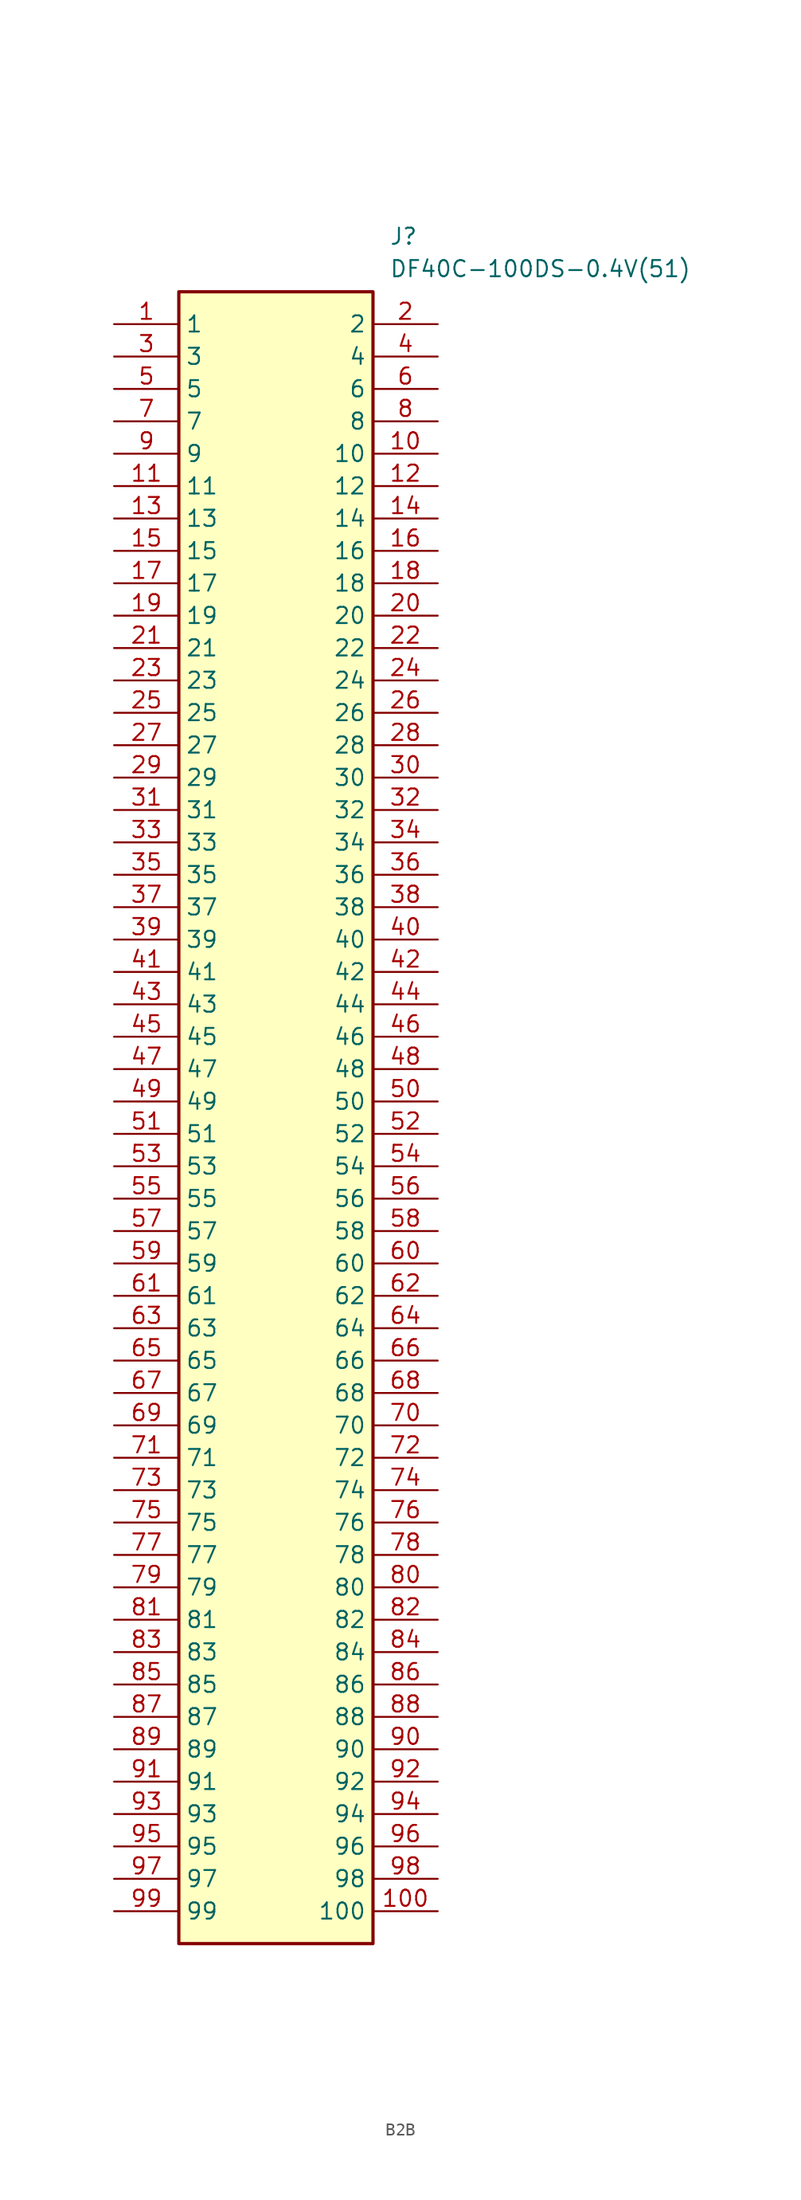
<source format=kicad_sym>
(kicad_symbol_lib
  (version 20241209)
  (generator "kicad_symbol_editor")
  (generator_version "9.0")
  (symbol "B2B"
    (property "Reference" "J"
      (at 21.59 7.62 0)
      (effects (font (size 1.27 1.27)) (justify left top)))
    (property "Value" "DF40C-100DS-0.4V(51)"
      (at 21.59 5.08 0)
      (effects (font (size 1.27 1.27)) (justify left top)))
    (symbol "B2B_1_1"
      (rectangle (start 5.08 2.54) (end 20.32 -127) (stroke (width 0.254) (type default)) (fill (type background)))
      (pin passive line (at 0 0 0) (length 5.08) (name "1" (effects (font (size 1.27 1.27)))) (number "1" (effects (font (size 1.27 1.27)))))
      (pin passive line (at 0 -2.54 0) (length 5.08) (name "3" (effects (font (size 1.27 1.27)))) (number "3" (effects (font (size 1.27 1.27)))))
      (pin passive line (at 0 -5.08 0) (length 5.08) (name "5" (effects (font (size 1.27 1.27)))) (number "5" (effects (font (size 1.27 1.27)))))
      (pin passive line (at 0 -7.62 0) (length 5.08) (name "7" (effects (font (size 1.27 1.27)))) (number "7" (effects (font (size 1.27 1.27)))))
      (pin passive line (at 0 -10.16 0) (length 5.08) (name "9" (effects (font (size 1.27 1.27)))) (number "9" (effects (font (size 1.27 1.27)))))
      (pin passive line (at 0 -12.7 0) (length 5.08) (name "11" (effects (font (size 1.27 1.27)))) (number "11" (effects (font (size 1.27 1.27)))))
      (pin passive line (at 0 -15.24 0) (length 5.08) (name "13" (effects (font (size 1.27 1.27)))) (number "13" (effects (font (size 1.27 1.27)))))
      (pin passive line (at 0 -17.78 0) (length 5.08) (name "15" (effects (font (size 1.27 1.27)))) (number "15" (effects (font (size 1.27 1.27)))))
      (pin passive line (at 0 -20.32 0) (length 5.08) (name "17" (effects (font (size 1.27 1.27)))) (number "17" (effects (font (size 1.27 1.27)))))
      (pin passive line (at 0 -22.86 0) (length 5.08) (name "19" (effects (font (size 1.27 1.27)))) (number "19" (effects (font (size 1.27 1.27)))))
      (pin passive line (at 0 -25.4 0) (length 5.08) (name "21" (effects (font (size 1.27 1.27)))) (number "21" (effects (font (size 1.27 1.27)))))
      (pin passive line (at 0 -27.94 0) (length 5.08) (name "23" (effects (font (size 1.27 1.27)))) (number "23" (effects (font (size 1.27 1.27)))))
      (pin passive line (at 0 -30.48 0) (length 5.08) (name "25" (effects (font (size 1.27 1.27)))) (number "25" (effects (font (size 1.27 1.27)))))
      (pin passive line (at 0 -33.02 0) (length 5.08) (name "27" (effects (font (size 1.27 1.27)))) (number "27" (effects (font (size 1.27 1.27)))))
      (pin passive line (at 0 -35.56 0) (length 5.08) (name "29" (effects (font (size 1.27 1.27)))) (number "29" (effects (font (size 1.27 1.27)))))
      (pin passive line (at 0 -38.1 0) (length 5.08) (name "31" (effects (font (size 1.27 1.27)))) (number "31" (effects (font (size 1.27 1.27)))))
      (pin passive line (at 0 -40.64 0) (length 5.08) (name "33" (effects (font (size 1.27 1.27)))) (number "33" (effects (font (size 1.27 1.27)))))
      (pin passive line (at 0 -43.18 0) (length 5.08) (name "35" (effects (font (size 1.27 1.27)))) (number "35" (effects (font (size 1.27 1.27)))))
      (pin passive line (at 0 -45.72 0) (length 5.08) (name "37" (effects (font (size 1.27 1.27)))) (number "37" (effects (font (size 1.27 1.27)))))
      (pin passive line (at 0 -48.26 0) (length 5.08) (name "39" (effects (font (size 1.27 1.27)))) (number "39" (effects (font (size 1.27 1.27)))))
      (pin passive line (at 0 -50.8 0) (length 5.08) (name "41" (effects (font (size 1.27 1.27)))) (number "41" (effects (font (size 1.27 1.27)))))
      (pin passive line (at 0 -53.34 0) (length 5.08) (name "43" (effects (font (size 1.27 1.27)))) (number "43" (effects (font (size 1.27 1.27)))))
      (pin passive line (at 0 -55.88 0) (length 5.08) (name "45" (effects (font (size 1.27 1.27)))) (number "45" (effects (font (size 1.27 1.27)))))
      (pin passive line (at 0 -58.42 0) (length 5.08) (name "47" (effects (font (size 1.27 1.27)))) (number "47" (effects (font (size 1.27 1.27)))))
      (pin passive line (at 0 -60.96 0) (length 5.08) (name "49" (effects (font (size 1.27 1.27)))) (number "49" (effects (font (size 1.27 1.27)))))
      (pin passive line (at 0 -63.5 0) (length 5.08) (name "51" (effects (font (size 1.27 1.27)))) (number "51" (effects (font (size 1.27 1.27)))))
      (pin passive line (at 0 -66.04 0) (length 5.08) (name "53" (effects (font (size 1.27 1.27)))) (number "53" (effects (font (size 1.27 1.27)))))
      (pin passive line (at 0 -68.58 0) (length 5.08) (name "55" (effects (font (size 1.27 1.27)))) (number "55" (effects (font (size 1.27 1.27)))))
      (pin passive line (at 0 -71.12 0) (length 5.08) (name "57" (effects (font (size 1.27 1.27)))) (number "57" (effects (font (size 1.27 1.27)))))
      (pin passive line (at 0 -73.66 0) (length 5.08) (name "59" (effects (font (size 1.27 1.27)))) (number "59" (effects (font (size 1.27 1.27)))))
      (pin passive line (at 0 -76.2 0) (length 5.08) (name "61" (effects (font (size 1.27 1.27)))) (number "61" (effects (font (size 1.27 1.27)))))
      (pin passive line (at 0 -78.74 0) (length 5.08) (name "63" (effects (font (size 1.27 1.27)))) (number "63" (effects (font (size 1.27 1.27)))))
      (pin passive line (at 0 -81.28 0) (length 5.08) (name "65" (effects (font (size 1.27 1.27)))) (number "65" (effects (font (size 1.27 1.27)))))
      (pin passive line (at 0 -83.82 0) (length 5.08) (name "67" (effects (font (size 1.27 1.27)))) (number "67" (effects (font (size 1.27 1.27)))))
      (pin passive line (at 0 -86.36 0) (length 5.08) (name "69" (effects (font (size 1.27 1.27)))) (number "69" (effects (font (size 1.27 1.27)))))
      (pin passive line (at 0 -88.9 0) (length 5.08) (name "71" (effects (font (size 1.27 1.27)))) (number "71" (effects (font (size 1.27 1.27)))))
      (pin passive line (at 0 -91.44 0) (length 5.08) (name "73" (effects (font (size 1.27 1.27)))) (number "73" (effects (font (size 1.27 1.27)))))
      (pin passive line (at 0 -93.98 0) (length 5.08) (name "75" (effects (font (size 1.27 1.27)))) (number "75" (effects (font (size 1.27 1.27)))))
      (pin passive line (at 0 -96.52 0) (length 5.08) (name "77" (effects (font (size 1.27 1.27)))) (number "77" (effects (font (size 1.27 1.27)))))
      (pin passive line (at 0 -99.06 0) (length 5.08) (name "79" (effects (font (size 1.27 1.27)))) (number "79" (effects (font (size 1.27 1.27)))))
      (pin passive line (at 0 -101.6 0) (length 5.08) (name "81" (effects (font (size 1.27 1.27)))) (number "81" (effects (font (size 1.27 1.27)))))
      (pin passive line (at 0 -104.14 0) (length 5.08) (name "83" (effects (font (size 1.27 1.27)))) (number "83" (effects (font (size 1.27 1.27)))))
      (pin passive line (at 0 -106.68 0) (length 5.08) (name "85" (effects (font (size 1.27 1.27)))) (number "85" (effects (font (size 1.27 1.27)))))
      (pin passive line (at 0 -109.22 0) (length 5.08) (name "87" (effects (font (size 1.27 1.27)))) (number "87" (effects (font (size 1.27 1.27)))))
      (pin passive line (at 0 -111.76 0) (length 5.08) (name "89" (effects (font (size 1.27 1.27)))) (number "89" (effects (font (size 1.27 1.27)))))
      (pin passive line (at 0 -114.3 0) (length 5.08) (name "91" (effects (font (size 1.27 1.27)))) (number "91" (effects (font (size 1.27 1.27)))))
      (pin passive line (at 0 -116.84 0) (length 5.08) (name "93" (effects (font (size 1.27 1.27)))) (number "93" (effects (font (size 1.27 1.27)))))
      (pin passive line (at 0 -119.38 0) (length 5.08) (name "95" (effects (font (size 1.27 1.27)))) (number "95" (effects (font (size 1.27 1.27)))))
      (pin passive line (at 0 -121.92 0) (length 5.08) (name "97" (effects (font (size 1.27 1.27)))) (number "97" (effects (font (size 1.27 1.27)))))
      (pin passive line (at 0 -124.46 0) (length 5.08) (name "99" (effects (font (size 1.27 1.27)))) (number "99" (effects (font (size 1.27 1.27)))))
      (pin passive line (at 25.4 0 180) (length 5.08) (name "2" (effects (font (size 1.27 1.27)))) (number "2" (effects (font (size 1.27 1.27)))))
      (pin passive line (at 25.4 -2.54 180) (length 5.08) (name "4" (effects (font (size 1.27 1.27)))) (number "4" (effects (font (size 1.27 1.27)))))
      (pin passive line (at 25.4 -5.08 180) (length 5.08) (name "6" (effects (font (size 1.27 1.27)))) (number "6" (effects (font (size 1.27 1.27)))))
      (pin passive line (at 25.4 -7.62 180) (length 5.08) (name "8" (effects (font (size 1.27 1.27)))) (number "8" (effects (font (size 1.27 1.27)))))
      (pin passive line (at 25.4 -10.16 180) (length 5.08) (name "10" (effects (font (size 1.27 1.27)))) (number "10" (effects (font (size 1.27 1.27)))))
      (pin passive line (at 25.4 -12.7 180) (length 5.08) (name "12" (effects (font (size 1.27 1.27)))) (number "12" (effects (font (size 1.27 1.27)))))
      (pin passive line (at 25.4 -15.24 180) (length 5.08) (name "14" (effects (font (size 1.27 1.27)))) (number "14" (effects (font (size 1.27 1.27)))))
      (pin passive line (at 25.4 -17.78 180) (length 5.08) (name "16" (effects (font (size 1.27 1.27)))) (number "16" (effects (font (size 1.27 1.27)))))
      (pin passive line (at 25.4 -20.32 180) (length 5.08) (name "18" (effects (font (size 1.27 1.27)))) (number "18" (effects (font (size 1.27 1.27)))))
      (pin passive line (at 25.4 -22.86 180) (length 5.08) (name "20" (effects (font (size 1.27 1.27)))) (number "20" (effects (font (size 1.27 1.27)))))
      (pin passive line (at 25.4 -25.4 180) (length 5.08) (name "22" (effects (font (size 1.27 1.27)))) (number "22" (effects (font (size 1.27 1.27)))))
      (pin passive line (at 25.4 -27.94 180) (length 5.08) (name "24" (effects (font (size 1.27 1.27)))) (number "24" (effects (font (size 1.27 1.27)))))
      (pin passive line (at 25.4 -30.48 180) (length 5.08) (name "26" (effects (font (size 1.27 1.27)))) (number "26" (effects (font (size 1.27 1.27)))))
      (pin passive line (at 25.4 -33.02 180) (length 5.08) (name "28" (effects (font (size 1.27 1.27)))) (number "28" (effects (font (size 1.27 1.27)))))
      (pin passive line (at 25.4 -35.56 180) (length 5.08) (name "30" (effects (font (size 1.27 1.27)))) (number "30" (effects (font (size 1.27 1.27)))))
      (pin passive line (at 25.4 -38.1 180) (length 5.08) (name "32" (effects (font (size 1.27 1.27)))) (number "32" (effects (font (size 1.27 1.27)))))
      (pin passive line (at 25.4 -40.64 180) (length 5.08) (name "34" (effects (font (size 1.27 1.27)))) (number "34" (effects (font (size 1.27 1.27)))))
      (pin passive line (at 25.4 -43.18 180) (length 5.08) (name "36" (effects (font (size 1.27 1.27)))) (number "36" (effects (font (size 1.27 1.27)))))
      (pin passive line (at 25.4 -45.72 180) (length 5.08) (name "38" (effects (font (size 1.27 1.27)))) (number "38" (effects (font (size 1.27 1.27)))))
      (pin passive line (at 25.4 -48.26 180) (length 5.08) (name "40" (effects (font (size 1.27 1.27)))) (number "40" (effects (font (size 1.27 1.27)))))
      (pin passive line (at 25.4 -50.8 180) (length 5.08) (name "42" (effects (font (size 1.27 1.27)))) (number "42" (effects (font (size 1.27 1.27)))))
      (pin passive line (at 25.4 -53.34 180) (length 5.08) (name "44" (effects (font (size 1.27 1.27)))) (number "44" (effects (font (size 1.27 1.27)))))
      (pin passive line (at 25.4 -55.88 180) (length 5.08) (name "46" (effects (font (size 1.27 1.27)))) (number "46" (effects (font (size 1.27 1.27)))))
      (pin passive line (at 25.4 -58.42 180) (length 5.08) (name "48" (effects (font (size 1.27 1.27)))) (number "48" (effects (font (size 1.27 1.27)))))
      (pin passive line (at 25.4 -60.96 180) (length 5.08) (name "50" (effects (font (size 1.27 1.27)))) (number "50" (effects (font (size 1.27 1.27)))))
      (pin passive line (at 25.4 -63.5 180) (length 5.08) (name "52" (effects (font (size 1.27 1.27)))) (number "52" (effects (font (size 1.27 1.27)))))
      (pin passive line (at 25.4 -66.04 180) (length 5.08) (name "54" (effects (font (size 1.27 1.27)))) (number "54" (effects (font (size 1.27 1.27)))))
      (pin passive line (at 25.4 -68.58 180) (length 5.08) (name "56" (effects (font (size 1.27 1.27)))) (number "56" (effects (font (size 1.27 1.27)))))
      (pin passive line (at 25.4 -71.12 180) (length 5.08) (name "58" (effects (font (size 1.27 1.27)))) (number "58" (effects (font (size 1.27 1.27)))))
      (pin passive line (at 25.4 -73.66 180) (length 5.08) (name "60" (effects (font (size 1.27 1.27)))) (number "60" (effects (font (size 1.27 1.27)))))
      (pin passive line (at 25.4 -76.2 180) (length 5.08) (name "62" (effects (font (size 1.27 1.27)))) (number "62" (effects (font (size 1.27 1.27)))))
      (pin passive line (at 25.4 -78.74 180) (length 5.08) (name "64" (effects (font (size 1.27 1.27)))) (number "64" (effects (font (size 1.27 1.27)))))
      (pin passive line (at 25.4 -81.28 180) (length 5.08) (name "66" (effects (font (size 1.27 1.27)))) (number "66" (effects (font (size 1.27 1.27)))))
      (pin passive line (at 25.4 -83.82 180) (length 5.08) (name "68" (effects (font (size 1.27 1.27)))) (number "68" (effects (font (size 1.27 1.27)))))
      (pin passive line (at 25.4 -86.36 180) (length 5.08) (name "70" (effects (font (size 1.27 1.27)))) (number "70" (effects (font (size 1.27 1.27)))))
      (pin passive line (at 25.4 -88.9 180) (length 5.08) (name "72" (effects (font (size 1.27 1.27)))) (number "72" (effects (font (size 1.27 1.27)))))
      (pin passive line (at 25.4 -91.44 180) (length 5.08) (name "74" (effects (font (size 1.27 1.27)))) (number "74" (effects (font (size 1.27 1.27)))))
      (pin passive line (at 25.4 -93.98 180) (length 5.08) (name "76" (effects (font (size 1.27 1.27)))) (number "76" (effects (font (size 1.27 1.27)))))
      (pin passive line (at 25.4 -96.52 180) (length 5.08) (name "78" (effects (font (size 1.27 1.27)))) (number "78" (effects (font (size 1.27 1.27)))))
      (pin passive line (at 25.4 -99.06 180) (length 5.08) (name "80" (effects (font (size 1.27 1.27)))) (number "80" (effects (font (size 1.27 1.27)))))
      (pin passive line (at 25.4 -101.6 180) (length 5.08) (name "82" (effects (font (size 1.27 1.27)))) (number "82" (effects (font (size 1.27 1.27)))))
      (pin passive line (at 25.4 -104.14 180) (length 5.08) (name "84" (effects (font (size 1.27 1.27)))) (number "84" (effects (font (size 1.27 1.27)))))
      (pin passive line (at 25.4 -106.68 180) (length 5.08) (name "86" (effects (font (size 1.27 1.27)))) (number "86" (effects (font (size 1.27 1.27)))))
      (pin passive line (at 25.4 -109.22 180) (length 5.08) (name "88" (effects (font (size 1.27 1.27)))) (number "88" (effects (font (size 1.27 1.27)))))
      (pin passive line (at 25.4 -111.76 180) (length 5.08) (name "90" (effects (font (size 1.27 1.27)))) (number "90" (effects (font (size 1.27 1.27)))))
      (pin passive line (at 25.4 -114.3 180) (length 5.08) (name "92" (effects (font (size 1.27 1.27)))) (number "92" (effects (font (size 1.27 1.27)))))
      (pin passive line (at 25.4 -116.84 180) (length 5.08) (name "94" (effects (font (size 1.27 1.27)))) (number "94" (effects (font (size 1.27 1.27)))))
      (pin passive line (at 25.4 -119.38 180) (length 5.08) (name "96" (effects (font (size 1.27 1.27)))) (number "96" (effects (font (size 1.27 1.27)))))
      (pin passive line (at 25.4 -121.92 180) (length 5.08) (name "98" (effects (font (size 1.27 1.27)))) (number "98" (effects (font (size 1.27 1.27)))))
      (pin passive line (at 25.4 -124.46 180) (length 5.08) (name "100" (effects (font (size 1.27 1.27)))) (number "100" (effects (font (size 1.27 1.27))))))))
</source>
